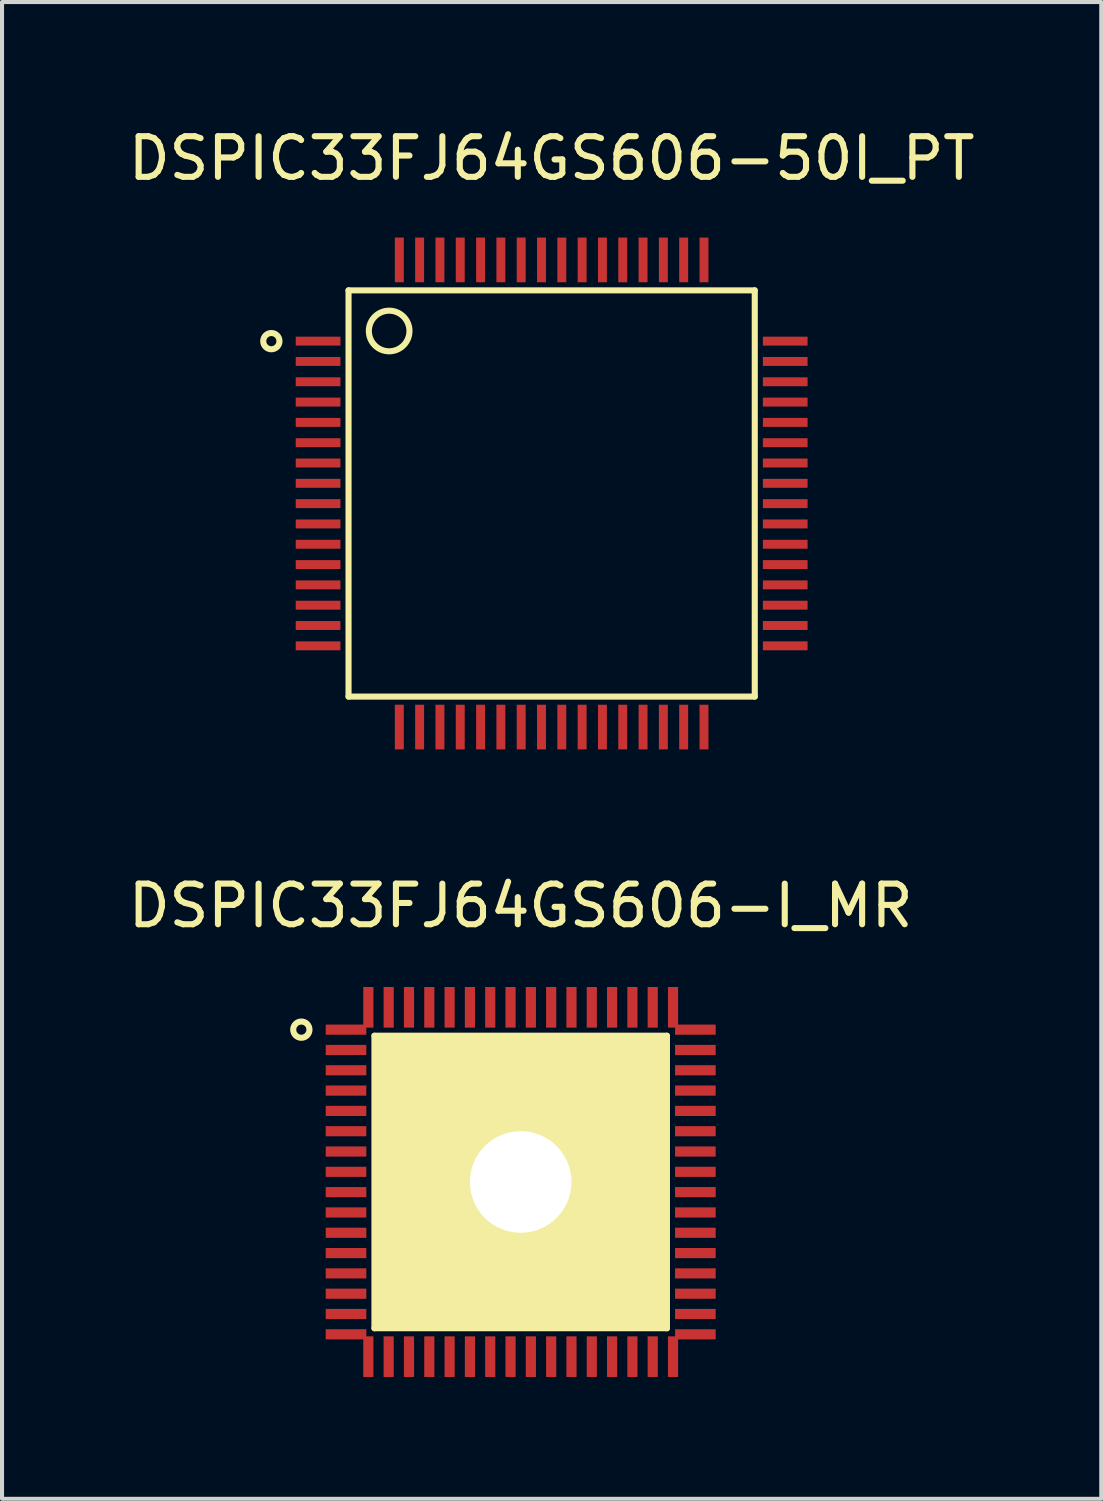
<source format=kicad_pcb>
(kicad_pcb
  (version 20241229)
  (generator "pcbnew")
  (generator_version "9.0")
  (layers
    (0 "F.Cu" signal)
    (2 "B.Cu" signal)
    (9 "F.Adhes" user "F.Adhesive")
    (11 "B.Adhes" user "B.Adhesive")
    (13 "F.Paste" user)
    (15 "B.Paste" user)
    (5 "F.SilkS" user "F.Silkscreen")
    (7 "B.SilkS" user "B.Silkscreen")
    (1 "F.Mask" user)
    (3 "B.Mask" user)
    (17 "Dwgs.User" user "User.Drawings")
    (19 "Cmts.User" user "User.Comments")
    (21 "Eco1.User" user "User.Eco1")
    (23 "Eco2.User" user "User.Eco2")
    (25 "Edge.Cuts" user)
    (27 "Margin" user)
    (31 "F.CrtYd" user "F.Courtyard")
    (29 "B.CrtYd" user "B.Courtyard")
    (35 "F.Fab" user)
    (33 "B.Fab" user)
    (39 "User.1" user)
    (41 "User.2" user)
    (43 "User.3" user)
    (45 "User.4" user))
  (footprint "DSPIC33FJ64GS606-I_MR"
    (layer "F.Cu")
    (at 5.468 21.747)
    (property "Reference" "DSPIC33FJ64GS606-I_MR" (at 4.3 -2.5 0) (layer "F.SilkS") (effects (font (size 1 1) (thickness 0.15))))
    (attr through_hole)
    (fp_line (start 0.7 0.7) (end 0.7 7.9) (stroke (width 0.15) (type solid)) (layer "F.SilkS"))
    (fp_line (start 0.7 0.7) (end 7.9 0.7) (stroke (width 0.15) (type solid)) (layer "F.SilkS"))
    (fp_line (start 0.7 7.9) (end 7.9 7.9) (stroke (width 0.15) (type solid)) (layer "F.SilkS"))
    (fp_line (start 7.9 7.9) (end 7.9 0.7) (stroke (width 0.15) (type solid)) (layer "F.SilkS"))
    (fp_circle (center -1.1 0.55) (end -1.1 0.35) (stroke (width 0.15) (type solid)) (fill no) (layer "F.SilkS"))
    (fp_circle (center 1.7 1.7) (end 1.7 1.2) (stroke (width 0.15) (type solid)) (fill no) (layer "F.SilkS"))
    (pad "1" smd rect (at 0 0.55) (size 1 0.25) (layers "F.Cu" "F.Mask" "F.Paste"))
    (pad "2" smd rect (at 0 1.05) (size 1 0.25) (layers "F.Cu" "F.Mask" "F.Paste"))
    (pad "3" smd rect (at 0 1.55) (size 1 0.25) (layers "F.Cu" "F.Mask" "F.Paste"))
    (pad "4" smd rect (at 0 2.05) (size 1 0.25) (layers "F.Cu" "F.Mask" "F.Paste"))
    (pad "5" smd rect (at 0 2.55) (size 1 0.25) (layers "F.Cu" "F.Mask" "F.Paste"))
    (pad "6" smd rect (at 0 3.05) (size 1 0.25) (layers "F.Cu" "F.Mask" "F.Paste"))
    (pad "7" smd rect (at 0 3.55) (size 1 0.25) (layers "F.Cu" "F.Mask" "F.Paste"))
    (pad "8" smd rect (at 0 4.05) (size 1 0.25) (layers "F.Cu" "F.Mask" "F.Paste"))
    (pad "9" smd rect (at 0 4.55) (size 1 0.25) (layers "F.Cu" "F.Mask" "F.Paste"))
    (pad "10" smd rect (at 0 5.05) (size 1 0.25) (layers "F.Cu" "F.Mask" "F.Paste"))
    (pad "11" smd rect (at 0 5.55) (size 1 0.25) (layers "F.Cu" "F.Mask" "F.Paste"))
    (pad "12" smd rect (at 0 6.05) (size 1 0.25) (layers "F.Cu" "F.Mask" "F.Paste"))
    (pad "13" smd rect (at 0 6.55) (size 1 0.25) (layers "F.Cu" "F.Mask" "F.Paste"))
    (pad "14" smd rect (at 0 7.05) (size 1 0.25) (layers "F.Cu" "F.Mask" "F.Paste"))
    (pad "15" smd rect (at 0 7.55) (size 1 0.25) (layers "F.Cu" "F.Mask" "F.Paste"))
    (pad "16" smd rect (at 0 8.05) (size 1 0.25) (layers "F.Cu" "F.Mask" "F.Paste"))
    (pad "17" smd rect (at 0.55 8.6) (size 0.25 1) (layers "F.Cu" "F.Mask" "F.Paste"))
    (pad "18" smd rect (at 1.05 8.6) (size 0.25 1) (layers "F.Cu" "F.Mask" "F.Paste"))
    (pad "19" smd rect (at 1.55 8.6) (size 0.25 1) (layers "F.Cu" "F.Mask" "F.Paste"))
    (pad "20" smd rect (at 2.05 8.6) (size 0.25 1) (layers "F.Cu" "F.Mask" "F.Paste"))
    (pad "21" smd rect (at 2.55 8.6) (size 0.25 1) (layers "F.Cu" "F.Mask" "F.Paste"))
    (pad "22" smd rect (at 3.05 8.6) (size 0.25 1) (layers "F.Cu" "F.Mask" "F.Paste"))
    (pad "23" smd rect (at 3.55 8.6) (size 0.25 1) (layers "F.Cu" "F.Mask" "F.Paste"))
    (pad "24" smd rect (at 4.05 8.6) (size 0.25 1) (layers "F.Cu" "F.Mask" "F.Paste"))
    (pad "25" smd rect (at 4.55 8.6) (size 0.25 1) (layers "F.Cu" "F.Mask" "F.Paste"))
    (pad "26" smd rect (at 5.05 8.6) (size 0.25 1) (layers "F.Cu" "F.Mask" "F.Paste"))
    (pad "27" smd rect (at 5.55 8.6) (size 0.25 1) (layers "F.Cu" "F.Mask" "F.Paste"))
    (pad "28" smd rect (at 6.05 8.6) (size 0.25 1) (layers "F.Cu" "F.Mask" "F.Paste"))
    (pad "29" smd rect (at 6.55 8.6) (size 0.25 1) (layers "F.Cu" "F.Mask" "F.Paste"))
    (pad "30" smd rect (at 7.05 8.6) (size 0.25 1) (layers "F.Cu" "F.Mask" "F.Paste"))
    (pad "31" smd rect (at 7.55 8.6) (size 0.25 1) (layers "F.Cu" "F.Mask" "F.Paste"))
    (pad "32" smd rect (at 8.05 8.6) (size 0.25 1) (layers "F.Cu" "F.Mask" "F.Paste"))
    (pad "33" smd rect (at 8.6 8.05) (size 1 0.25) (layers "F.Cu" "F.Mask" "F.Paste"))
    (pad "34" smd rect (at 8.6 7.55) (size 1 0.25) (layers "F.Cu" "F.Mask" "F.Paste"))
    (pad "35" smd rect (at 8.6 7.05) (size 1 0.25) (layers "F.Cu" "F.Mask" "F.Paste"))
    (pad "36" smd rect (at 8.6 6.55) (size 1 0.25) (layers "F.Cu" "F.Mask" "F.Paste"))
    (pad "37" smd rect (at 8.6 6.05) (size 1 0.25) (layers "F.Cu" "F.Mask" "F.Paste"))
    (pad "38" smd rect (at 8.6 5.55) (size 1 0.25) (layers "F.Cu" "F.Mask" "F.Paste"))
    (pad "39" smd rect (at 8.6 5.05) (size 1 0.25) (layers "F.Cu" "F.Mask" "F.Paste"))
    (pad "40" smd rect (at 8.6 4.55) (size 1 0.25) (layers "F.Cu" "F.Mask" "F.Paste"))
    (pad "41" smd rect (at 8.6 4.05) (size 1 0.25) (layers "F.Cu" "F.Mask" "F.Paste"))
    (pad "42" smd rect (at 8.6 3.55) (size 1 0.25) (layers "F.Cu" "F.Mask" "F.Paste"))
    (pad "43" smd rect (at 8.6 3.05) (size 1 0.25) (layers "F.Cu" "F.Mask" "F.Paste"))
    (pad "44" smd rect (at 8.6 2.55) (size 1 0.25) (layers "F.Cu" "F.Mask" "F.Paste"))
    (pad "45" smd rect (at 8.6 2.05) (size 1 0.25) (layers "F.Cu" "F.Mask" "F.Paste"))
    (pad "46" smd rect (at 8.6 1.55) (size 1 0.25) (layers "F.Cu" "F.Mask" "F.Paste"))
    (pad "47" smd rect (at 8.6 1.05) (size 1 0.25) (layers "F.Cu" "F.Mask" "F.Paste"))
    (pad "48" smd rect (at 8.6 0.55) (size 1 0.25) (layers "F.Cu" "F.Mask" "F.Paste"))
    (pad "49" smd rect (at 8.05 0) (size 0.25 1) (layers "F.Cu" "F.Mask" "F.Paste"))
    (pad "50" smd rect (at 7.55 0) (size 0.25 1) (layers "F.Cu" "F.Mask" "F.Paste"))
    (pad "51" smd rect (at 7.05 0) (size 0.25 1) (layers "F.Cu" "F.Mask" "F.Paste"))
    (pad "52" smd rect (at 6.55 0) (size 0.25 1) (layers "F.Cu" "F.Mask" "F.Paste"))
    (pad "53" smd rect (at 6.05 0) (size 0.25 1) (layers "F.Cu" "F.Mask" "F.Paste"))
    (pad "54" smd rect (at 5.55 0) (size 0.25 1) (layers "F.Cu" "F.Mask" "F.Paste"))
    (pad "55" smd rect (at 5.05 0) (size 0.25 1) (layers "F.Cu" "F.Mask" "F.Paste"))
    (pad "56" smd rect (at 4.55 0) (size 0.25 1) (layers "F.Cu" "F.Mask" "F.Paste"))
    (pad "57" smd rect (at 4.05 0) (size 0.25 1) (layers "F.Cu" "F.Mask" "F.Paste"))
    (pad "58" smd rect (at 3.55 0) (size 0.25 1) (layers "F.Cu" "F.Mask" "F.Paste"))
    (pad "59" smd rect (at 3.05 0) (size 0.25 1) (layers "F.Cu" "F.Mask" "F.Paste"))
    (pad "60" smd rect (at 2.55 0) (size 0.25 1) (layers "F.Cu" "F.Mask" "F.Paste"))
    (pad "61" smd rect (at 2.05 0) (size 0.25 1) (layers "F.Cu" "F.Mask" "F.Paste"))
    (pad "62" smd rect (at 1.55 0) (size 0.25 1) (layers "F.Cu" "F.Mask" "F.Paste"))
    (pad "63" smd rect (at 1.05 0) (size 0.25 1) (layers "F.Cu" "F.Mask" "F.Paste"))
    (pad "64" smd rect (at 0.55 0) (size 0.25 1) (layers "F.Cu" "F.Mask" "F.Paste"))
    (pad "999" thru_hole rect (at 4.3 4.3) (size 7.15 7.15) (drill 2.5) (layers "*.Cu" "*.Mask" "F.SilkS")))
  (footprint "DSPIC33FJ64GS606-50I_PT"
    (layer "F.Cu")
    (at 4.78 3.348)
    (property "Reference" "DSPIC33FJ64GS606-50I_PT" (at 5.75 -2.5 0) (layer "F.SilkS") (effects (font (size 1 1) (thickness 0.15))))
    (attr through_hole)
    (fp_line (start 0.75 0.75) (end 0.75 10.75) (stroke (width 0.15) (type solid)) (layer "F.SilkS"))
    (fp_line (start 0.75 0.75) (end 10.75 0.75) (stroke (width 0.15) (type solid)) (layer "F.SilkS"))
    (fp_line (start 0.75 10.75) (end 10.75 10.75) (stroke (width 0.15) (type solid)) (layer "F.SilkS"))
    (fp_line (start 10.75 10.75) (end 10.75 0.75) (stroke (width 0.15) (type solid)) (layer "F.SilkS"))
    (fp_circle (center -1.15 2) (end -1.15 1.8) (stroke (width 0.15) (type solid)) (fill no) (layer "F.SilkS"))
    (fp_circle (center 1.75 1.75) (end 1.75 1.25) (stroke (width 0.15) (type solid)) (fill no) (layer "F.SilkS"))
    (pad "1" smd rect (at 0 2) (size 1.1 0.22) (layers "F.Cu" "F.Mask" "F.Paste"))
    (pad "2" smd rect (at 0 2.5) (size 1.1 0.22) (layers "F.Cu" "F.Mask" "F.Paste"))
    (pad "3" smd rect (at 0 3) (size 1.1 0.22) (layers "F.Cu" "F.Mask" "F.Paste"))
    (pad "4" smd rect (at 0 3.5) (size 1.1 0.22) (layers "F.Cu" "F.Mask" "F.Paste"))
    (pad "5" smd rect (at 0 4) (size 1.1 0.22) (layers "F.Cu" "F.Mask" "F.Paste"))
    (pad "6" smd rect (at 0 4.5) (size 1.1 0.22) (layers "F.Cu" "F.Mask" "F.Paste"))
    (pad "7" smd rect (at 0 5) (size 1.1 0.22) (layers "F.Cu" "F.Mask" "F.Paste"))
    (pad "8" smd rect (at 0 5.5) (size 1.1 0.22) (layers "F.Cu" "F.Mask" "F.Paste"))
    (pad "9" smd rect (at 0 6) (size 1.1 0.22) (layers "F.Cu" "F.Mask" "F.Paste"))
    (pad "10" smd rect (at 0 6.5) (size 1.1 0.22) (layers "F.Cu" "F.Mask" "F.Paste"))
    (pad "11" smd rect (at 0 7) (size 1.1 0.22) (layers "F.Cu" "F.Mask" "F.Paste"))
    (pad "12" smd rect (at 0 7.5) (size 1.1 0.22) (layers "F.Cu" "F.Mask" "F.Paste"))
    (pad "13" smd rect (at 0 8) (size 1.1 0.22) (layers "F.Cu" "F.Mask" "F.Paste"))
    (pad "14" smd rect (at 0 8.5) (size 1.1 0.22) (layers "F.Cu" "F.Mask" "F.Paste"))
    (pad "15" smd rect (at 0 9) (size 1.1 0.22) (layers "F.Cu" "F.Mask" "F.Paste"))
    (pad "16" smd rect (at 0 9.5) (size 1.1 0.22) (layers "F.Cu" "F.Mask" "F.Paste"))
    (pad "17" smd rect (at 2 11.5) (size 0.22 1.1) (layers "F.Cu" "F.Mask" "F.Paste"))
    (pad "18" smd rect (at 2.5 11.5) (size 0.22 1.1) (layers "F.Cu" "F.Mask" "F.Paste"))
    (pad "19" smd rect (at 3 11.5) (size 0.22 1.1) (layers "F.Cu" "F.Mask" "F.Paste"))
    (pad "20" smd rect (at 3.5 11.5) (size 0.22 1.1) (layers "F.Cu" "F.Mask" "F.Paste"))
    (pad "21" smd rect (at 4 11.5) (size 0.22 1.1) (layers "F.Cu" "F.Mask" "F.Paste"))
    (pad "22" smd rect (at 4.5 11.5) (size 0.22 1.1) (layers "F.Cu" "F.Mask" "F.Paste"))
    (pad "23" smd rect (at 5 11.5) (size 0.22 1.1) (layers "F.Cu" "F.Mask" "F.Paste"))
    (pad "24" smd rect (at 5.5 11.5) (size 0.22 1.1) (layers "F.Cu" "F.Mask" "F.Paste"))
    (pad "25" smd rect (at 6 11.5) (size 0.22 1.1) (layers "F.Cu" "F.Mask" "F.Paste"))
    (pad "26" smd rect (at 6.5 11.5) (size 0.22 1.1) (layers "F.Cu" "F.Mask" "F.Paste"))
    (pad "27" smd rect (at 7 11.5) (size 0.22 1.1) (layers "F.Cu" "F.Mask" "F.Paste"))
    (pad "28" smd rect (at 7.5 11.5) (size 0.22 1.1) (layers "F.Cu" "F.Mask" "F.Paste"))
    (pad "29" smd rect (at 8 11.5) (size 0.22 1.1) (layers "F.Cu" "F.Mask" "F.Paste"))
    (pad "30" smd rect (at 8.5 11.5) (size 0.22 1.1) (layers "F.Cu" "F.Mask" "F.Paste"))
    (pad "31" smd rect (at 9 11.5) (size 0.22 1.1) (layers "F.Cu" "F.Mask" "F.Paste"))
    (pad "32" smd rect (at 9.5 11.5) (size 0.22 1.1) (layers "F.Cu" "F.Mask" "F.Paste"))
    (pad "33" smd rect (at 11.5 9.5) (size 1.1 0.22) (layers "F.Cu" "F.Mask" "F.Paste"))
    (pad "34" smd rect (at 11.5 9) (size 1.1 0.22) (layers "F.Cu" "F.Mask" "F.Paste"))
    (pad "35" smd rect (at 11.5 8.5) (size 1.1 0.22) (layers "F.Cu" "F.Mask" "F.Paste"))
    (pad "36" smd rect (at 11.5 8) (size 1.1 0.22) (layers "F.Cu" "F.Mask" "F.Paste"))
    (pad "37" smd rect (at 11.5 7.5) (size 1.1 0.22) (layers "F.Cu" "F.Mask" "F.Paste"))
    (pad "38" smd rect (at 11.5 7) (size 1.1 0.22) (layers "F.Cu" "F.Mask" "F.Paste"))
    (pad "39" smd rect (at 11.5 6.5) (size 1.1 0.22) (layers "F.Cu" "F.Mask" "F.Paste"))
    (pad "40" smd rect (at 11.5 6) (size 1.1 0.22) (layers "F.Cu" "F.Mask" "F.Paste"))
    (pad "41" smd rect (at 11.5 5.5) (size 1.1 0.22) (layers "F.Cu" "F.Mask" "F.Paste"))
    (pad "42" smd rect (at 11.5 5) (size 1.1 0.22) (layers "F.Cu" "F.Mask" "F.Paste"))
    (pad "43" smd rect (at 11.5 4.5) (size 1.1 0.22) (layers "F.Cu" "F.Mask" "F.Paste"))
    (pad "44" smd rect (at 11.5 4) (size 1.1 0.22) (layers "F.Cu" "F.Mask" "F.Paste"))
    (pad "45" smd rect (at 11.5 3.5) (size 1.1 0.22) (layers "F.Cu" "F.Mask" "F.Paste"))
    (pad "46" smd rect (at 11.5 3) (size 1.1 0.22) (layers "F.Cu" "F.Mask" "F.Paste"))
    (pad "47" smd rect (at 11.5 2.5) (size 1.1 0.22) (layers "F.Cu" "F.Mask" "F.Paste"))
    (pad "48" smd rect (at 11.5 2) (size 1.1 0.22) (layers "F.Cu" "F.Mask" "F.Paste"))
    (pad "49" smd rect (at 9.5 0) (size 0.22 1.1) (layers "F.Cu" "F.Mask" "F.Paste"))
    (pad "50" smd rect (at 9 0) (size 0.22 1.1) (layers "F.Cu" "F.Mask" "F.Paste"))
    (pad "51" smd rect (at 8.5 0) (size 0.22 1.1) (layers "F.Cu" "F.Mask" "F.Paste"))
    (pad "52" smd rect (at 8 0) (size 0.22 1.1) (layers "F.Cu" "F.Mask" "F.Paste"))
    (pad "53" smd rect (at 7.5 0) (size 0.22 1.1) (layers "F.Cu" "F.Mask" "F.Paste"))
    (pad "54" smd rect (at 7 0) (size 0.22 1.1) (layers "F.Cu" "F.Mask" "F.Paste"))
    (pad "55" smd rect (at 6.5 0) (size 0.22 1.1) (layers "F.Cu" "F.Mask" "F.Paste"))
    (pad "56" smd rect (at 6 0) (size 0.22 1.1) (layers "F.Cu" "F.Mask" "F.Paste"))
    (pad "57" smd rect (at 5.5 0) (size 0.22 1.1) (layers "F.Cu" "F.Mask" "F.Paste"))
    (pad "58" smd rect (at 5 0) (size 0.22 1.1) (layers "F.Cu" "F.Mask" "F.Paste"))
    (pad "59" smd rect (at 4.5 0) (size 0.22 1.1) (layers "F.Cu" "F.Mask" "F.Paste"))
    (pad "60" smd rect (at 4 0) (size 0.22 1.1) (layers "F.Cu" "F.Mask" "F.Paste"))
    (pad "61" smd rect (at 3.5 0) (size 0.22 1.1) (layers "F.Cu" "F.Mask" "F.Paste"))
    (pad "62" smd rect (at 3 0) (size 0.22 1.1) (layers "F.Cu" "F.Mask" "F.Paste"))
    (pad "63" smd rect (at 2.5 0) (size 0.22 1.1) (layers "F.Cu" "F.Mask" "F.Paste"))
    (pad "64" smd rect (at 2 0) (size 0.22 1.1) (layers "F.Cu" "F.Mask" "F.Paste")))
  (gr_rect
    (start -3 -3)
    (end 24.06 33.846)
    (stroke (width 0.1) (type default))
    (fill no)
    (layer "Edge.Cuts")))
</source>
